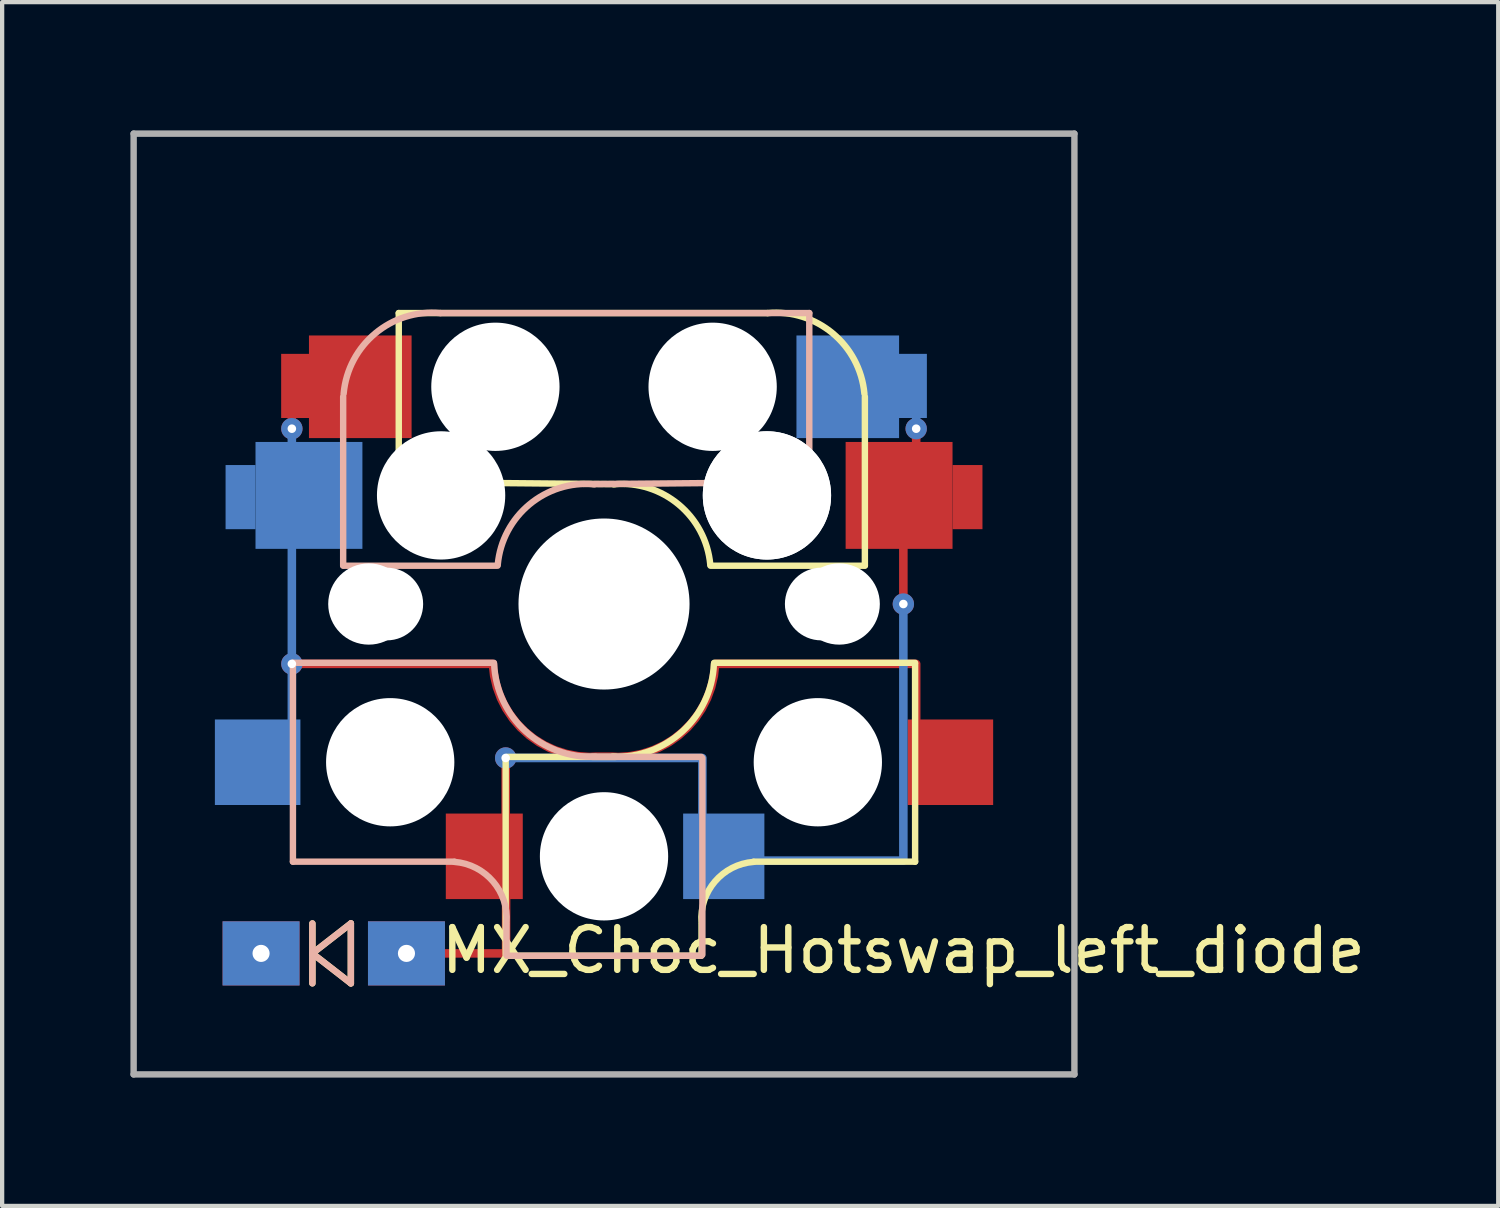
<source format=kicad_pcb>
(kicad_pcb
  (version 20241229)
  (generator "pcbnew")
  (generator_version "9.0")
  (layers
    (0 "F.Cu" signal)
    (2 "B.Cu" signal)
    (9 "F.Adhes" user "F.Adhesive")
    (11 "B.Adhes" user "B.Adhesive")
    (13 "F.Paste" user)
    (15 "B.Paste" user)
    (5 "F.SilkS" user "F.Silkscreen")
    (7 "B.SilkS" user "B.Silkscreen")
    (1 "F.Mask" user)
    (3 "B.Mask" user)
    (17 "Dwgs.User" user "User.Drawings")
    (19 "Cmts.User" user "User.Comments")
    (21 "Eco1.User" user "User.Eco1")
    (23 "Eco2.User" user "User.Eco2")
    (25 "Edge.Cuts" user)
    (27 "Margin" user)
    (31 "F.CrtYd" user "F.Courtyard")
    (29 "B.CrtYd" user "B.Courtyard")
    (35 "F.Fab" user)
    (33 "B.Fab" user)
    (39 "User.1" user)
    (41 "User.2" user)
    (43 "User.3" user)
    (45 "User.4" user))
  (footprint "MX_Choc_Hotswap_left_diode"
    (layer "F.Cu")
    (at 11.075 11.075)
    (property "Reference" "MX_Choc_Hotswap_left_diode" (at 7 8.1 0) (layer "F.SilkS") (effects (font (size 1 1) (thickness 0.15))))
    (attr through_hole)
    (fp_line (start -6.82 7.47) (end -6.82 8.87) (stroke (width 0.15) (type solid)) (layer "F.SilkS"))
    (fp_line (start -6.82 8.17) (end -5.92 7.47) (stroke (width 0.15) (type solid)) (layer "F.SilkS"))
    (fp_line (start -5.92 7.47) (end -5.92 8.87) (stroke (width 0.15) (type solid)) (layer "F.SilkS"))
    (fp_line (start -5.92 8.87) (end -6.82 8.17) (stroke (width 0.15) (type solid)) (layer "F.SilkS"))
    (fp_line (start -4.8 -6.804) (end 3.825 -6.804) (stroke (width 0.15) (type solid)) (layer "F.SilkS"))
    (fp_line (start -4.8 -2.896) (end -4.8 -6.804) (stroke (width 0.15) (type solid)) (layer "F.SilkS"))
    (fp_line (start -4.8 -2.85) (end 0.25 -2.804) (stroke (width 0.15) (type solid)) (layer "F.SilkS"))
    (fp_line (start -2.3 3.6) (end -2.3 8.2) (stroke (width 0.15) (type solid)) (layer "F.SilkS"))
    (fp_line (start -2.275 3.575) (end 0.275 3.575) (stroke (width 0.15) (type solid)) (layer "F.SilkS"))
    (fp_line (start -2.275 8.225) (end 2.275 8.225) (stroke (width 0.15) (type solid)) (layer "F.SilkS"))
    (fp_line (start 2.28 7.5) (end 2.28 8.2) (stroke (width 0.15) (type solid)) (layer "F.SilkS"))
    (fp_line (start 2.575 1.375) (end 7.275 1.375) (stroke (width 0.15) (type solid)) (layer "F.SilkS"))
    (fp_line (start 3.5 6.025) (end 7.275 6.025) (stroke (width 0.15) (type solid)) (layer "F.SilkS"))
    (fp_line (start 6.1 -4.85) (end 6.1 -0.905) (stroke (width 0.15) (type solid)) (layer "F.SilkS"))
    (fp_line (start 6.1 -0.896) (end 2.49 -0.896) (stroke (width 0.15) (type solid)) (layer "F.SilkS"))
    (fp_line (start 7.275 1.4) (end 7.275 6.025) (stroke (width 0.15) (type solid)) (layer "F.SilkS"))
    (fp_arc (start 0.225 -2.8) (mid 1.744361 -2.328062) (end 2.485001 -0.920001) (stroke (width 0.15) (type solid)) (layer "F.SilkS"))
    (fp_arc (start 2.279999 7.449999) (mid 2.595908 6.487329) (end 3.5 6.03) (stroke (width 0.15) (type solid)) (layer "F.SilkS"))
    (fp_arc (start 2.57 1.4) (mid 1.834422 2.975843) (end 0.2 3.57) (stroke (width 0.15) (type solid)) (layer "F.SilkS"))
    (fp_arc (start 3.825 -6.804) (mid 5.347189 -6.33089) (end 6.089 -4.92) (stroke (width 0.15) (type solid)) (layer "F.SilkS"))
    (fp_line (start -7.275 1.375) (end -7.275 6.025) (stroke (width 0.15) (type solid)) (layer "B.SilkS"))
    (fp_line (start -6.82 7.47) (end -6.82 8.87) (stroke (width 0.15) (type solid)) (layer "B.SilkS"))
    (fp_line (start -6.82 8.17) (end -5.92 7.47) (stroke (width 0.15) (type solid)) (layer "B.SilkS"))
    (fp_line (start -6.1 -4.85) (end -6.1 -0.905) (stroke (width 0.15) (type solid)) (layer "B.SilkS"))
    (fp_line (start -6.1 -0.896) (end -2.49 -0.896) (stroke (width 0.15) (type solid)) (layer "B.SilkS"))
    (fp_line (start -5.92 7.47) (end -5.92 8.87) (stroke (width 0.15) (type solid)) (layer "B.SilkS"))
    (fp_line (start -5.92 8.87) (end -6.82 8.17) (stroke (width 0.15) (type solid)) (layer "B.SilkS"))
    (fp_line (start -3.5 6.025) (end -7.275 6.025) (stroke (width 0.15) (type solid)) (layer "B.SilkS"))
    (fp_line (start -2.575 1.375) (end -7.275 1.375) (stroke (width 0.15) (type solid)) (layer "B.SilkS"))
    (fp_line (start -2.28 7.5) (end -2.28 8.2) (stroke (width 0.15) (type solid)) (layer "B.SilkS"))
    (fp_line (start 2.275 3.575) (end -0.275 3.575) (stroke (width 0.15) (type solid)) (layer "B.SilkS"))
    (fp_line (start 2.275 8.225) (end -2.275 8.225) (stroke (width 0.15) (type solid)) (layer "B.SilkS"))
    (fp_line (start 2.3 3.6) (end 2.3 8.2) (stroke (width 0.15) (type solid)) (layer "B.SilkS"))
    (fp_line (start 4.8 -6.804) (end -3.825 -6.804) (stroke (width 0.15) (type solid)) (layer "B.SilkS"))
    (fp_line (start 4.8 -2.896) (end 4.8 -6.804) (stroke (width 0.15) (type solid)) (layer "B.SilkS"))
    (fp_line (start 4.8 -2.85) (end -0.25 -2.804) (stroke (width 0.15) (type solid)) (layer "B.SilkS"))
    (fp_arc (start -6.089 -4.92) (mid -5.347189 -6.33089) (end -3.825 -6.804) (stroke (width 0.15) (type solid)) (layer "B.SilkS"))
    (fp_arc (start -3.5 6.03) (mid -2.595908 6.48733) (end -2.28 7.45) (stroke (width 0.15) (type solid)) (layer "B.SilkS"))
    (fp_arc (start -2.484999 -0.920001) (mid -1.74436 -2.328062) (end -0.225 -2.8) (stroke (width 0.15) (type solid)) (layer "B.SilkS"))
    (fp_arc (start -0.2 3.57) (mid -1.834422 2.975843) (end -2.57 1.4) (stroke (width 0.15) (type solid)) (layer "B.SilkS"))
    (fp_line (start -9 -9) (end 9 -9) (stroke (width 0.15) (type solid)) (layer "Eco2.User"))
    (fp_line (start -9 9) (end -9 -9) (stroke (width 0.15) (type solid)) (layer "Eco2.User"))
    (fp_line (start -7 -7) (end 7 -7) (stroke (width 0.15) (type solid)) (layer "Eco2.User"))
    (fp_line (start -7 7) (end -7 -7) (stroke (width 0.15) (type solid)) (layer "Eco2.User"))
    (fp_line (start 7 -7) (end 7 7) (stroke (width 0.15) (type solid)) (layer "Eco2.User"))
    (fp_line (start 7 7) (end -7 7) (stroke (width 0.15) (type solid)) (layer "Eco2.User"))
    (fp_line (start 9 -9) (end 9 9) (stroke (width 0.15) (type solid)) (layer "Eco2.User"))
    (fp_line (start 9 9) (end -9 9) (stroke (width 0.15) (type solid)) (layer "Eco2.User"))
    (fp_line (start -11 -11) (end -11 11) (stroke (width 0.15) (type solid)) (layer "F.Fab"))
    (fp_line (start -11 11) (end 11 11) (stroke (width 0.15) (type solid)) (layer "F.Fab"))
    (fp_line (start 11 -11) (end -11 -11) (stroke (width 0.15) (type solid)) (layer "F.Fab"))
    (fp_line (start 11 11) (end 11 -11) (stroke (width 0.15) (type solid)) (layer "F.Fab"))
    (pad "" np_thru_hole circle (at -5.5 0 90) (size 1.9 1.9) (drill 1.9) (layers "*.Cu" "*.Mask"))
    (pad "" np_thru_hole circle (at -5.08 0) (size 1.7 1.7) (drill 1.7) (layers "*.Cu" "*.Mask"))
    (pad "" np_thru_hole circle (at -5 3.7 90) (size 3 3) (drill 3) (layers "*.Cu" "*.Mask"))
    (pad "" np_thru_hole circle (at -3.825 -2.58 180) (size 0.1 0.1) (drill 0.1) (layers "*.Cu" "*.Mask"))
    (pad "" np_thru_hole circle (at -3.81 -2.54 180) (size 3 3) (drill 3) (layers "*.Cu" "*.Mask"))
    (pad "" np_thru_hole circle (at -2.54 -5.08 180) (size 3 3) (drill 3) (layers "*.Cu" "*.Mask"))
    (pad "" np_thru_hole circle (at 0 0 90) (size 4 4) (drill 4) (layers "*.Cu" "*.Mask"))
    (pad "" np_thru_hole circle (at 0 5.9 90) (size 3 3) (drill 3) (layers "*.Cu" "*.Mask"))
    (pad "" np_thru_hole circle (at 2.54 -5.08 180) (size 3 3) (drill 3) (layers "*.Cu" "*.Mask"))
    (pad "" np_thru_hole circle (at 3.81 -2.54 180) (size 3 3) (drill 3) (layers "*.Cu" "*.Mask"))
    (pad "" np_thru_hole circle (at 3.81 -2.54 180) (size 3 3) (drill 3) (layers "*.Cu" "*.Mask"))
    (pad "" np_thru_hole circle (at 3.825 -2.58 180) (size 0.1 0.1) (drill 0.1) (layers "*.Cu" "*.Mask"))
    (pad "" np_thru_hole circle (at 5 3.7 270) (size 3 3) (drill 3) (layers "*.Cu" "*.Mask"))
    (pad "" np_thru_hole circle (at 5.08 0) (size 1.7 1.7) (drill 1.7) (layers "*.Cu" "*.Mask"))
    (pad "" np_thru_hole circle (at 5.5 0 90) (size 1.9 1.9) (drill 1.9) (layers "*.Cu" "*.Mask"))
    (pad "1" smd rect (at -8.5 -2.5) (size 0.7 1.5) (layers "B.Cu" "B.Mask" "B.Paste"))
    (pad "1" smd rect (at -8.1 3.7 180) (size 2 2) (layers "B.Cu" "B.Mask" "B.Paste"))
    (pad "1" smd custom (at -7.3 -4.5) (size 0.2 0.2) (layers "F.Cu") (options (anchor circle)) (primitives (gr_line (start 0 0.4) (end 0 0) (width 0.2))))
    (pad "1" thru_hole circle (at -7.3 -4.1) (size 0.5 0.5) (drill 0.2) (layers "*.Cu"))
    (pad "1" smd custom (at -7.3 -3.7) (size 0.2 0.2) (layers "B.Cu") (options (anchor circle)) (primitives (gr_line (start 0 -0.4) (end 0 0) (width 0.2))))
    (pad "1" smd custom (at -7.3 -1.4) (size 0.2 0.2) (layers "B.Cu") (options (anchor circle)) (primitives (gr_line (start 0 0.1) (end 0 5.1) (width 0.2))))
    (pad "1" smd custom (at -7.3 1.4) (size 0.2 0.2) (layers "F.Cu") (options (anchor circle)) (primitives (gr_line (start 0 0) (end 4.7 0) (width 0.2)) (gr_arc (start 7.1 2.17) (mid 5.450578 1.582056) (end 4.7 0) (width 0.2)) (gr_line (start 7.1 2.17) (end 7.5 2.17) (width 0.2)) (gr_arc (start 9.9 0) (mid 9.149422 1.582056) (end 7.5 2.17) (width 0.2)) (gr_line (start 14.6 0) (end 9.9 0) (width 0.2)) (gr_line (start 14.6 1.3) (end 14.6 0) (width 0.2))))
    (pad "1" thru_hole circle (at -7.3 1.4) (size 0.5 0.5) (drill 0.2) (layers "*.Cu"))
    (pad "1" smd rect (at -7.2 -5.1) (size 0.7 1.5) (layers "F.Cu" "F.Mask" "F.Paste"))
    (pad "1" smd rect (at -6.9 -2.54 180) (size 2.5 2.5) (layers "B.Cu" "B.Mask" "B.Paste"))
    (pad "1" smd rect (at -5.7 -5.08 180) (size 2.4 2.4) (layers "F.Cu" "F.Mask" "F.Paste"))
    (pad "1" smd rect (at 8.1 3.7 180) (size 2 2) (layers "F.Cu" "F.Mask" "F.Paste"))
    (pad "2" smd custom (at -4.62 8.17 270) (size 0.2 0.2) (layers "F.Cu") (options (anchor circle)) (primitives (gr_line (start 0 -0.05) (end 0 -2.33) (width 0.2)) (gr_line (start 0 -2.33) (end -1.33 -2.33) (width 0.2))))
    (pad "2" thru_hole rect (at -4.62 8.17) (size 1.8 1.5) (drill 0.4) (layers "*.Cu" "*.Mask"))
    (pad "2" smd rect (at -2.8 5.9 180) (size 1.8 2) (layers "F.Cu" "F.Mask" "F.Paste"))
    (pad "2" thru_hole circle (at -2.3 3.6) (size 0.5 0.5) (drill 0.2) (layers "*.Cu"))
    (pad "2" smd custom (at -2.3 5) (size 0.2 0.2) (layers "F.Cu") (options (anchor circle)) (primitives (gr_line (start 0 -1.4) (end 0 0) (width 0.2))))
    (pad "2" smd custom (at 2.3 5.1) (size 0.2 0.2) (layers "B.Cu") (options (anchor circle)) (primitives (gr_line (start 0 -1.5) (end 0 0) (width 0.2)) (gr_line (start 0 -1.5) (end -4.6 -1.5) (width 0.2))))
    (pad "2" smd rect (at 2.8 5.9 180) (size 1.9 2) (layers "B.Cu" "B.Mask" "B.Paste"))
    (pad "2" smd custom (at 3.6 6 270) (size 0.2 0.2) (layers "B.Cu") (options (anchor circle)) (primitives (gr_line (start 0 -3.4) (end 0 -0.05) (width 0.2)) (gr_line (start 0 -3.4) (end -6 -3.4) (width 0.2))))
    (pad "2" smd rect (at 5.7 -5.08 180) (size 2.4 2.4) (layers "B.Cu" "B.Mask" "B.Paste"))
    (pad "2" smd rect (at 6.9 -2.54 180) (size 2.5 2.5) (layers "F.Cu" "F.Mask" "F.Paste"))
    (pad "2" smd custom (at 7 -1.5) (size 0.2 0.2) (layers "F.Cu") (options (anchor circle)) (primitives (gr_line (start 0 1.475) (end 0 0) (width 0.2))))
    (pad "2" thru_hole circle (at 7 0) (size 0.5 0.5) (drill 0.2) (layers "*.Cu"))
    (pad "2" smd rect (at 7.2 -5.1) (size 0.7 1.5) (layers "B.Cu" "B.Mask" "B.Paste"))
    (pad "2" smd custom (at 7.3 -4.5) (size 0.2 0.2) (layers "B.Cu") (options (anchor circle)) (primitives (gr_line (start 0 0.1) (end 0 0.397) (width 0.2))))
    (pad "2" thru_hole circle (at 7.3 -4.1) (size 0.5 0.5) (drill 0.2) (layers "*.Cu"))
    (pad "2" smd custom (at 7.3 -3.7) (size 0.2 0.2) (layers "F.Cu") (options (anchor circle)) (primitives (gr_line (start 0 0) (end 0 -0.4) (width 0.2))))
    (pad "2" smd rect (at 8.5 -2.5) (size 0.7 1.5) (layers "F.Cu" "F.Mask" "F.Paste"))
    (pad "3" thru_hole rect (at -8.02 8.17) (size 1.8 1.5) (drill 0.4) (layers "*.Cu" "*.Mask")))
  (gr_rect
    (start -3 -3)
    (end 31.986 25.15)
    (stroke (width 0.1) (type default))
    (fill no)
    (layer "Edge.Cuts")))
</source>
